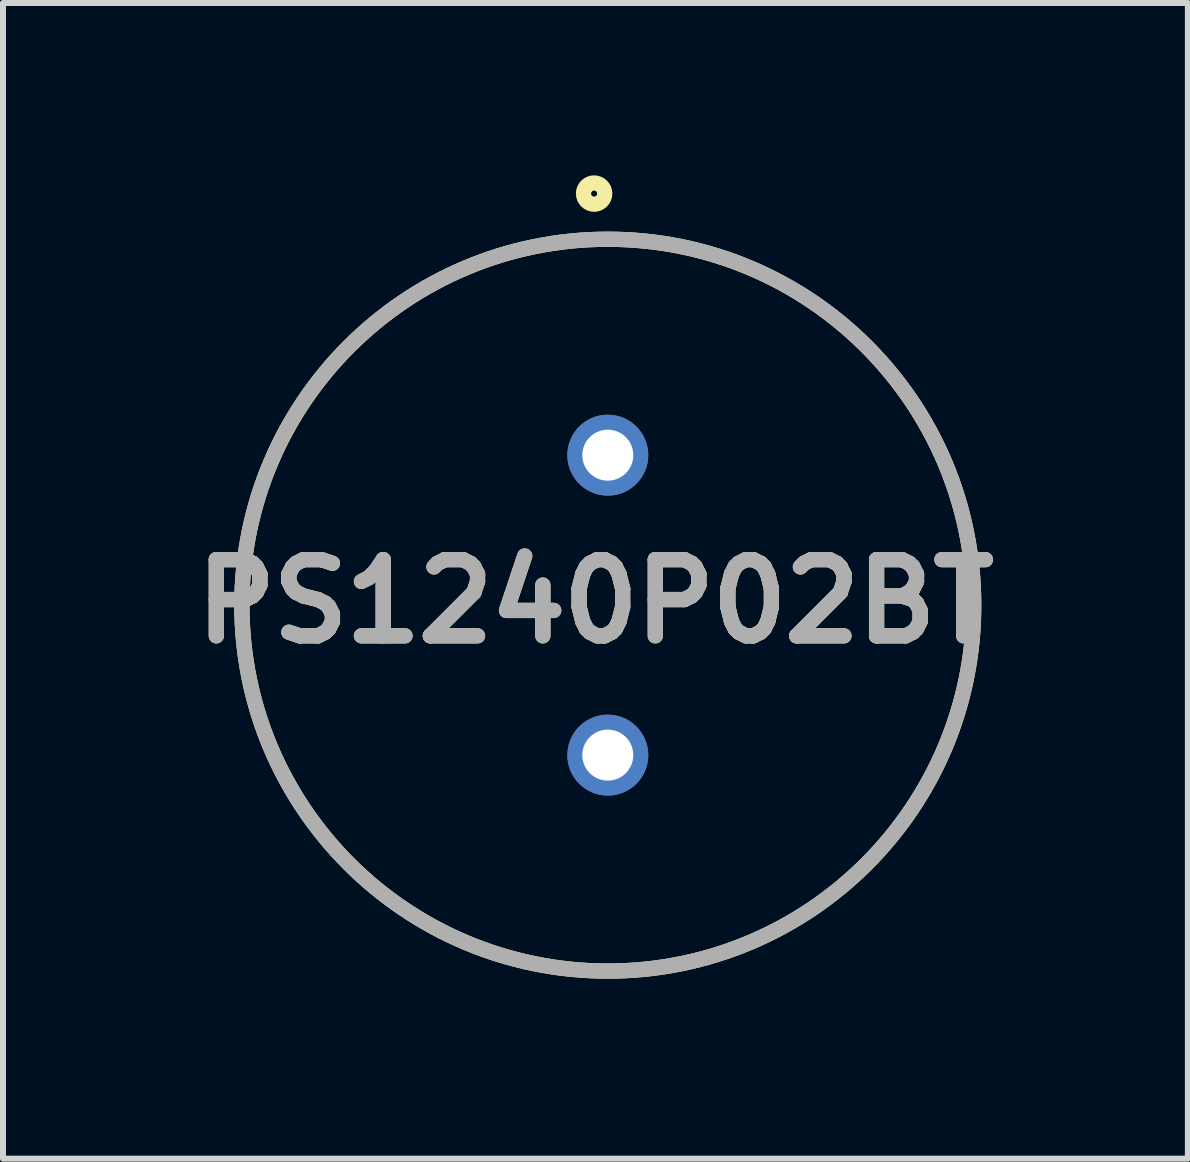
<source format=kicad_pcb>
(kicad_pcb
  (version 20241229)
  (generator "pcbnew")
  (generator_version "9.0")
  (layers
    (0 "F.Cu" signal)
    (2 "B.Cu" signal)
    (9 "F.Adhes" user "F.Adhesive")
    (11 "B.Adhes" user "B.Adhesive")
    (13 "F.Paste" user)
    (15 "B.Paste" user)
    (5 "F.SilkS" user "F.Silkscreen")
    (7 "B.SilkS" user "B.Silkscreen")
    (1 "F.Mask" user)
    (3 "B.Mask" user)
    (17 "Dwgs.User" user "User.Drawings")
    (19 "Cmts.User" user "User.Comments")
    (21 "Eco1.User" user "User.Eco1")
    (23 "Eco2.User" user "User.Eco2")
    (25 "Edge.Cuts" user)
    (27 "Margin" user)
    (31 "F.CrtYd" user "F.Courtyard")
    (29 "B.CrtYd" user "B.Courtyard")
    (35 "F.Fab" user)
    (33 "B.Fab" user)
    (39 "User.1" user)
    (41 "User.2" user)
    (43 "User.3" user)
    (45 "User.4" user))
  (footprint "PS1240P02BT"
    (layer "F.Cu")
    (at 7.082 7.038)
    (property "Reference" "PS1240P02BT" (at -0.206 -0.063 0) (layer "F.SilkS") (effects (font (size 1.27 1.27) (thickness 0.254))))
    (attr through_hole)
    (fp_circle (center -0.228 -6.861) (end -0.228 -6.811) (stroke (width 0.254) (type solid)) (fill no) (layer "F.SilkS"))
    (fp_circle (center 0 0) (end 0 6.1) (stroke (width 0.254) (type solid)) (fill no) (layer "F.SilkS"))
    (fp_circle (center 0 0) (end 0 6.1) (stroke (width 0.254) (type solid)) (fill no) (layer "F.Fab"))
    (fp_text user "${REFERENCE}" (at -0.206 -0.063 0) (layer "F.Fab") (effects (font (size 1.27 1.27) (thickness 0.254))))
    (pad "1" thru_hole circle (at 0 -2.5) (size 1.35 1.35) (drill 0.85) (layers "*.Cu" "*.Mask"))
    (pad "2" thru_hole circle (at 0 2.5) (size 1.35 1.35) (drill 0.85) (layers "*.Cu" "*.Mask")))
  (gr_rect
    (start -3 -3)
    (end 16.752 16.265)
    (stroke (width 0.1) (type default))
    (fill no)
    (layer "Edge.Cuts")))
</source>
